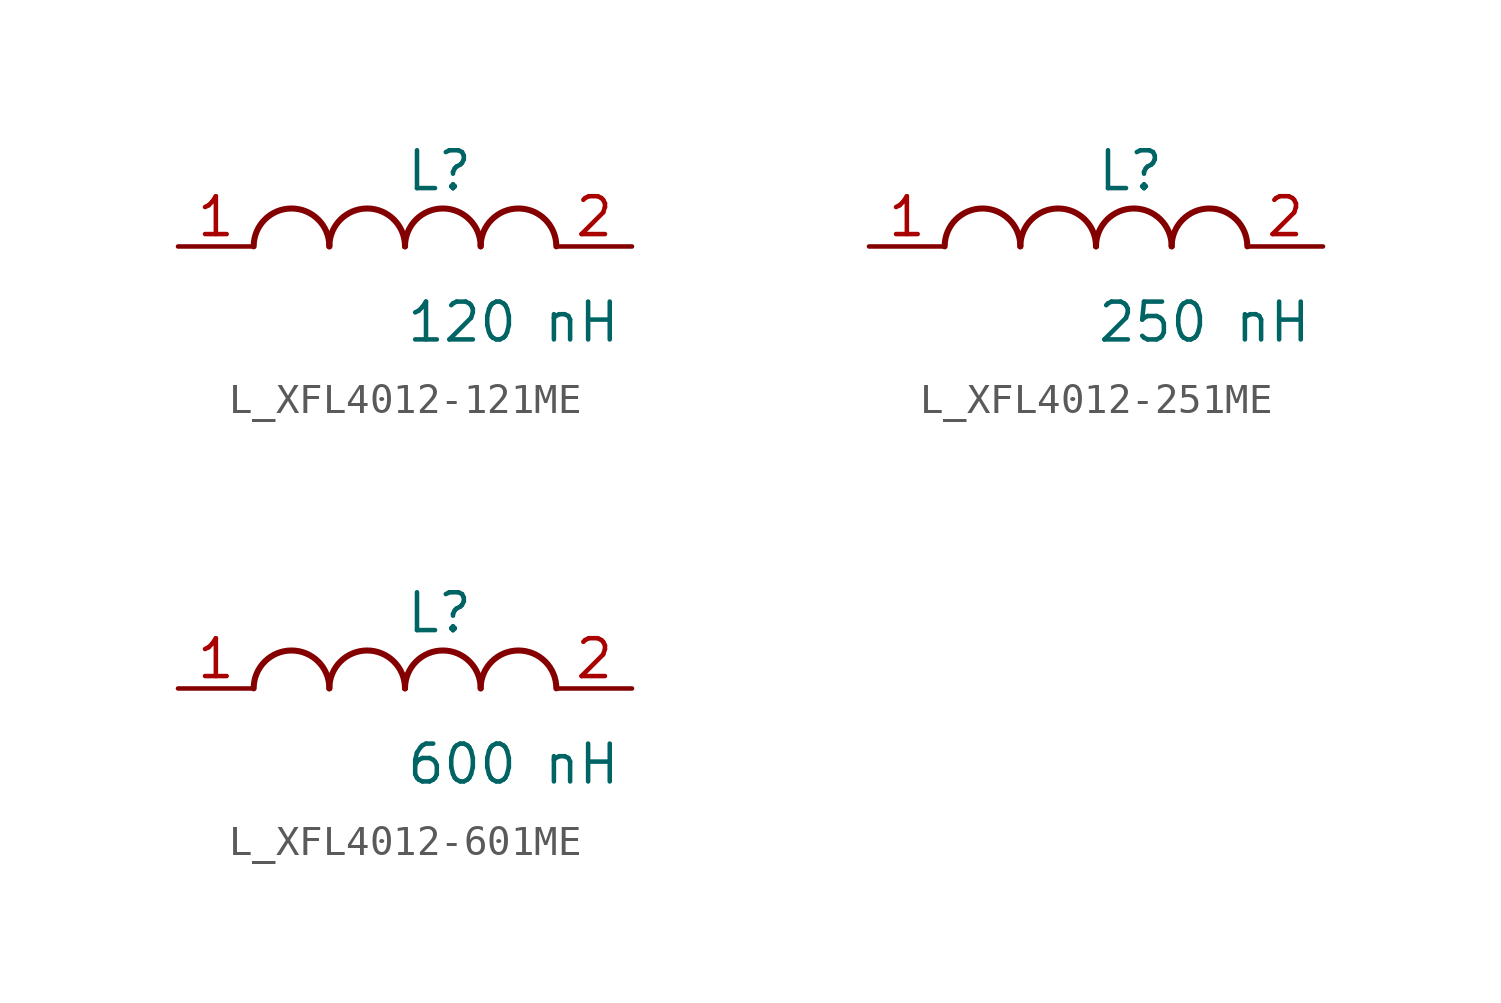
<source format=kicad_sym>
(kicad_symbol_lib
  (version 20231120)
  (generator "kicad_symbol_editor")
  (generator_version "8.0")
  (symbol "L_XFL4012-121ME"
    (pin_names
      (offset 0.254))
    (property "Value" "120 nH"
      (at 0 -2.54 0)
      (effects (font (size 1.27 1.27)) (justify left)))
    (property "Reference" "L"
      (at 0 2.54 0)
      (effects (font (size 1.27 1.27)) (justify left)))
    (symbol "L_XFL4012-121ME_1_1"
      (arc (start -2.54 0.0056) (mid -3.81 1.27) (end -5.08 0.0056) (stroke (width 0.2032) (type default)) (fill (type none)))
      (arc (start 0 0.0056) (mid -1.27 1.27) (end -2.54 0.0056) (stroke (width 0.2032) (type default)) (fill (type none)))
      (arc (start 2.54 0.0056) (mid 1.27 1.27) (end 0 0.0056) (stroke (width 0.2032) (type default)) (fill (type none)))
      (arc (start 5.08 0.0056) (mid 3.81 1.27) (end 2.54 0.0056) (stroke (width 0.2032) (type default)) (fill (type none)))
      (pin unspecified line (at -7.62 0 0) (length 2.54) (name "" (effects (font (size 1.27 1.27)))) (number "1" (effects (font (size 1.27 1.27)))))
      (pin unspecified line (at 7.62 0 180) (length 2.54) (name "" (effects (font (size 1.27 1.27)))) (number "2" (effects (font (size 1.27 1.27)))))))
  (symbol "L_XFL4012-251ME"
    (pin_names
      (offset 0.254))
    (property "Value" "250 nH"
      (at 0 -2.54 0)
      (effects (font (size 1.27 1.27)) (justify left)))
    (property "Reference" "L"
      (at 0 2.54 0)
      (effects (font (size 1.27 1.27)) (justify left)))
    (symbol "L_XFL4012-251ME_1_1"
      (arc (start -2.54 0.0056) (mid -3.81 1.27) (end -5.08 0.0056) (stroke (width 0.2032) (type default)) (fill (type none)))
      (arc (start 0 0.0056) (mid -1.27 1.27) (end -2.54 0.0056) (stroke (width 0.2032) (type default)) (fill (type none)))
      (arc (start 2.54 0.0056) (mid 1.27 1.27) (end 0 0.0056) (stroke (width 0.2032) (type default)) (fill (type none)))
      (arc (start 5.08 0.0056) (mid 3.81 1.27) (end 2.54 0.0056) (stroke (width 0.2032) (type default)) (fill (type none)))
      (pin unspecified line (at -7.62 0 0) (length 2.54) (name "" (effects (font (size 1.27 1.27)))) (number "1" (effects (font (size 1.27 1.27)))))
      (pin unspecified line (at 7.62 0 180) (length 2.54) (name "" (effects (font (size 1.27 1.27)))) (number "2" (effects (font (size 1.27 1.27)))))))
  (symbol "L_XFL4012-601ME"
    (pin_names
      (offset 0.254))
    (property "Value" "600 nH"
      (at 0 -2.54 0)
      (effects (font (size 1.27 1.27)) (justify left)))
    (property "Reference" "L"
      (at 0 2.54 0)
      (effects (font (size 1.27 1.27)) (justify left)))
    (symbol "L_XFL4012-601ME_1_1"
      (arc (start -2.54 0.0056) (mid -3.81 1.27) (end -5.08 0.0056) (stroke (width 0.2032) (type default)) (fill (type none)))
      (arc (start 0 0.0056) (mid -1.27 1.27) (end -2.54 0.0056) (stroke (width 0.2032) (type default)) (fill (type none)))
      (arc (start 2.54 0.0056) (mid 1.27 1.27) (end 0 0.0056) (stroke (width 0.2032) (type default)) (fill (type none)))
      (arc (start 5.08 0.0056) (mid 3.81 1.27) (end 2.54 0.0056) (stroke (width 0.2032) (type default)) (fill (type none)))
      (pin unspecified line (at -7.62 0 0) (length 2.54) (name "" (effects (font (size 1.27 1.27)))) (number "1" (effects (font (size 1.27 1.27)))))
      (pin unspecified line (at 7.62 0 180) (length 2.54) (name "" (effects (font (size 1.27 1.27)))) (number "2" (effects (font (size 1.27 1.27))))))))
</source>
